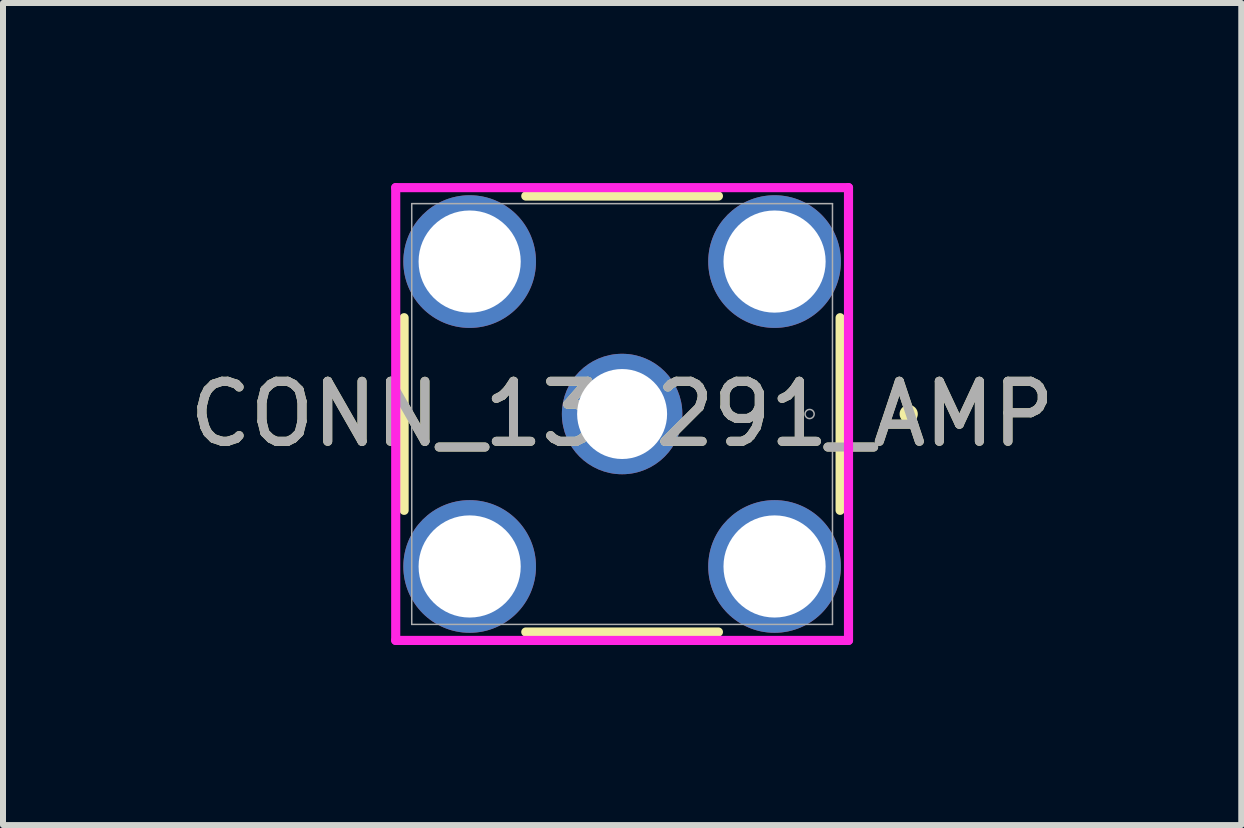
<source format=kicad_pcb>
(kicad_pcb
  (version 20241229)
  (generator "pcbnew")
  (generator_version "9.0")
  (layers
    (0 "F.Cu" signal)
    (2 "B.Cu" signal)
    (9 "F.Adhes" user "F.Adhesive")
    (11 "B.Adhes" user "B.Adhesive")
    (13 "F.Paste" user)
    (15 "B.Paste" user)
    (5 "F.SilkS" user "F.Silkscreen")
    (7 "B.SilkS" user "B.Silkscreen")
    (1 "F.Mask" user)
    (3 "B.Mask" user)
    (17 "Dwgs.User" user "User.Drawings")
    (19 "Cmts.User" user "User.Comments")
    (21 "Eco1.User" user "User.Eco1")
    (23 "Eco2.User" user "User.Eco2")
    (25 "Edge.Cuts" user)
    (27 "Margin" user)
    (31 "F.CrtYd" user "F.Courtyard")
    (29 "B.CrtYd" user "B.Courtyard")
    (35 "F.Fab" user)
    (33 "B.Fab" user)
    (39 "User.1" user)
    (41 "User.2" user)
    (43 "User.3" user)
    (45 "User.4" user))
  (footprint "CONN_132291_AMP"
    (layer "F.Cu")
    (at 7.315 3.848)
    (property "Reference" "CONN_132291_AMP" (at 0 0 0) (unlocked yes) (layer "F.SilkS") (effects (font (size 1 1) (thickness 0.15))))
    (attr through_hole)
    (fp_line (start -3.632 -1.605) (end -3.632 1.605) (stroke (width 0.152) (type solid)) (layer "F.SilkS"))
    (fp_line (start -1.605 3.632) (end 1.605 3.632) (stroke (width 0.152) (type solid)) (layer "F.SilkS"))
    (fp_line (start 1.605 -3.632) (end -1.605 -3.632) (stroke (width 0.152) (type solid)) (layer "F.SilkS"))
    (fp_line (start 3.632 1.605) (end 3.632 -1.605) (stroke (width 0.152) (type solid)) (layer "F.SilkS"))
    (fp_circle (center 4.775 0) (end 4.851 0) (stroke (width 0.152) (type solid)) (fill no) (layer "F.SilkS"))
    (fp_line (start -3.772 -3.772) (end 3.772 -3.772) (stroke (width 0.152) (type solid)) (layer "F.CrtYd"))
    (fp_line (start -3.772 3.772) (end -3.772 -3.772) (stroke (width 0.152) (type solid)) (layer "F.CrtYd"))
    (fp_line (start 3.772 -3.772) (end 3.772 3.772) (stroke (width 0.152) (type solid)) (layer "F.CrtYd"))
    (fp_line (start 3.772 3.772) (end -3.772 3.772) (stroke (width 0.152) (type solid)) (layer "F.CrtYd"))
    (fp_line (start -3.505 -3.505) (end -3.505 3.505) (stroke (width 0.025) (type solid)) (layer "F.Fab"))
    (fp_line (start -3.505 3.505) (end 3.505 3.505) (stroke (width 0.025) (type solid)) (layer "F.Fab"))
    (fp_line (start 3.505 -3.505) (end -3.505 -3.505) (stroke (width 0.025) (type solid)) (layer "F.Fab"))
    (fp_line (start 3.505 3.505) (end 3.505 -3.505) (stroke (width 0.025) (type solid)) (layer "F.Fab"))
    (fp_circle (center 3.124 0) (end 3.2 0) (stroke (width 0.025) (type solid)) (fill no) (layer "F.Fab"))
    (fp_text user "${REFERENCE}" (at 0 0 0) (unlocked yes) (layer "F.Fab") (effects (font (size 1 1) (thickness 0.15))))
    (pad "1" thru_hole circle (at 0 0) (size 2.007 2.007) (drill 1.499) (layers "*.Cu" "*.Mask"))
    (pad "2" thru_hole circle (at -2.54 -2.54) (size 2.21 2.21) (drill 1.702) (layers "*.Cu" "*.Mask"))
    (pad "3" thru_hole circle (at -2.54 2.54) (size 2.21 2.21) (drill 1.702) (layers "*.Cu" "*.Mask"))
    (pad "4" thru_hole circle (at 2.54 2.54) (size 2.21 2.21) (drill 1.702) (layers "*.Cu" "*.Mask"))
    (pad "5" thru_hole circle (at 2.54 -2.54) (size 2.21 2.21) (drill 1.702) (layers "*.Cu" "*.Mask")))
  (gr_rect
    (start -3 -3)
    (end 17.631 10.696)
    (stroke (width 0.1) (type default))
    (fill no)
    (layer "Edge.Cuts")))
</source>
